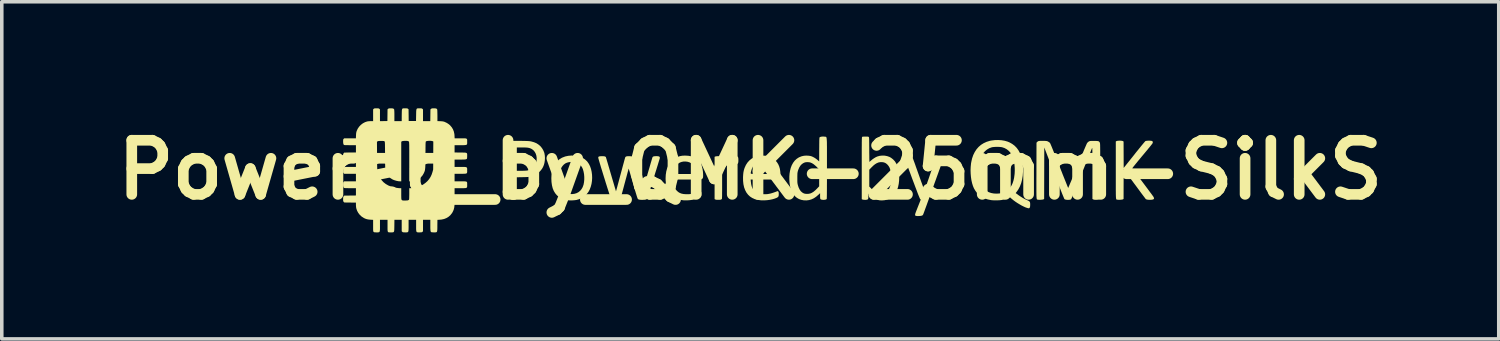
<source format=kicad_pcb>
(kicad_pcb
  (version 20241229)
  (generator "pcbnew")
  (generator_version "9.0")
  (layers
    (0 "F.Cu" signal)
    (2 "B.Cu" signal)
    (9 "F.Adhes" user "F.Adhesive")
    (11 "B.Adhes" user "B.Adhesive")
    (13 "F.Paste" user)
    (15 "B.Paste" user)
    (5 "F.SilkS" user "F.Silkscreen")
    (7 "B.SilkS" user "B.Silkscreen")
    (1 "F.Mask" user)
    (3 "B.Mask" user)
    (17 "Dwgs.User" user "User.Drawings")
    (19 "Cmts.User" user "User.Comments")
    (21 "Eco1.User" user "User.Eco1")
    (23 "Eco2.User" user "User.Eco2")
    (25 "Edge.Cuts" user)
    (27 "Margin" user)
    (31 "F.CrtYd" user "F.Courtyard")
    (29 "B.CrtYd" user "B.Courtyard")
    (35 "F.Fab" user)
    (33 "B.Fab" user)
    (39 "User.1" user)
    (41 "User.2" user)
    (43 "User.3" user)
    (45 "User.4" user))
  (footprint "Powered_by_QMK-25mm-SilkS"
    (layer "F.Cu")
    (at 18.078 1.734)
    (property "Reference" "Powered_by_QMK-25mm-SilkS" (at 0 0 0) (layer "F.SilkS") (effects (font (size 1.524 1.524) (thickness 0.3))))
    (attr board_only exclude_from_pos_files exclude_from_bom)
    (fp_poly (pts (xy -0.463 -0.401) (xy -0.402 -0.39) (xy -0.398 -0.388) (xy -0.373 -0.381) (xy -0.356 -0.371) (xy -0.345 -0.358) (xy -0.339 -0.338) (xy -0.336 -0.31) (xy -0.335 -0.277) (xy -0.336 -0.235) (xy -0.34 -0.204) (xy -0.346 -0.184) (xy -0.355 -0.173) (xy -0.358 -0.171) (xy -0.368 -0.172) (xy -0.387 -0.175) (xy -0.411 -0.181) (xy -0.42 -0.184) (xy -0.477 -0.197) (xy -0.526 -0.2) (xy -0.569 -0.192) (xy -0.591 -0.183) (xy -0.617 -0.167) (xy -0.647 -0.141) (xy -0.679 -0.108) (xy -0.712 -0.071) (xy -0.742 -0.031) (xy -0.756 -0.012) (xy -0.793 0.044) (xy -0.793 0.425) (xy -0.793 0.514) (xy -0.793 0.591) (xy -0.794 0.658) (xy -0.794 0.714) (xy -0.795 0.759) (xy -0.797 0.791) (xy -0.798 0.811) (xy -0.799 0.819) (xy -0.81 0.828) (xy -0.826 0.836) (xy -0.83 0.838) (xy -0.849 0.841) (xy -0.876 0.843) (xy -0.906 0.843) (xy -0.935 0.843) (xy -0.958 0.841) (xy -0.964 0.84) (xy -0.98 0.835) (xy -0.991 0.83) (xy -1.005 0.823) (xy -1.005 -0.367) (xy -0.991 -0.375) (xy -0.973 -0.38) (xy -0.947 -0.384) (xy -0.916 -0.386) (xy -0.885 -0.385) (xy -0.859 -0.382) (xy -0.843 -0.378) (xy -0.819 -0.368) (xy -0.817 -0.276) (xy -0.815 -0.185) (xy -0.768 -0.244) (xy -0.719 -0.299) (xy -0.671 -0.343) (xy -0.623 -0.374) (xy -0.573 -0.394) (xy -0.52 -0.403)) (stroke (width 0) (type solid)) (fill yes) (layer "F.SilkS"))
    (fp_poly (pts (xy -4.947 -0.4) (xy -4.861 -0.387) (xy -4.784 -0.366) (xy -4.716 -0.335) (xy -4.656 -0.296) (xy -4.603 -0.247) (xy -4.586 -0.228) (xy -4.545 -0.168) (xy -4.511 -0.1) (xy -4.485 -0.025) (xy -4.467 0.055) (xy -4.456 0.139) (xy -4.453 0.225) (xy -4.458 0.31) (xy -4.471 0.394) (xy -4.492 0.474) (xy -4.52 0.549) (xy -4.556 0.617) (xy -4.572 0.64) (xy -4.622 0.7) (xy -4.681 0.751) (xy -4.748 0.794) (xy -4.82 0.826) (xy -4.895 0.847) (xy -4.948 0.854) (xy -4.988 0.857) (xy -5.017 0.859) (xy -5.042 0.86) (xy -5.063 0.86) (xy -5.086 0.859) (xy -5.111 0.857) (xy -5.176 0.849) (xy -5.234 0.836) (xy -5.29 0.816) (xy -5.32 0.802) (xy -5.387 0.764) (xy -5.445 0.716) (xy -5.493 0.659) (xy -5.533 0.593) (xy -5.564 0.518) (xy -5.585 0.433) (xy -5.598 0.34) (xy -5.602 0.242) (xy -5.602 0.232) (xy -5.379 0.232) (xy -5.378 0.283) (xy -5.376 0.332) (xy -5.372 0.374) (xy -5.366 0.403) (xy -5.345 0.473) (xy -5.316 0.533) (xy -5.278 0.583) (xy -5.233 0.623) (xy -5.181 0.653) (xy -5.122 0.672) (xy -5.098 0.676) (xy -5.052 0.681) (xy -5.01 0.681) (xy -4.964 0.675) (xy -4.955 0.674) (xy -4.895 0.657) (xy -4.84 0.629) (xy -4.792 0.59) (xy -4.752 0.542) (xy -4.72 0.486) (xy -4.697 0.421) (xy -4.695 0.416) (xy -4.682 0.346) (xy -4.675 0.272) (xy -4.675 0.196) (xy -4.681 0.121) (xy -4.694 0.051) (xy -4.712 -0.014) (xy -4.731 -0.06) (xy -4.764 -0.111) (xy -4.806 -0.154) (xy -4.856 -0.187) (xy -4.912 -0.21) (xy -4.935 -0.216) (xy -4.992 -0.224) (xy -5.051 -0.224) (xy -5.109 -0.217) (xy -5.162 -0.203) (xy -5.207 -0.183) (xy -5.207 -0.183) (xy -5.251 -0.15) (xy -5.29 -0.107) (xy -5.324 -0.054) (xy -5.35 0.006) (xy -5.366 0.058) (xy -5.372 0.09) (xy -5.376 0.132) (xy -5.379 0.18) (xy -5.379 0.232) (xy -5.602 0.232) (xy -5.598 0.139) (xy -5.584 0.045) (xy -5.56 -0.041) (xy -5.527 -0.118) (xy -5.485 -0.187) (xy -5.434 -0.248) (xy -5.374 -0.299) (xy -5.305 -0.341) (xy -5.289 -0.348) (xy -5.211 -0.378) (xy -5.127 -0.396) (xy -5.038 -0.404)) (stroke (width 0) (type solid)) (fill yes) (layer "F.SilkS"))
    (fp_poly (pts (xy 10.448 -0.821) (xy 10.475 -0.817) (xy 10.493 -0.811) (xy 10.494 -0.81) (xy 10.512 -0.799) (xy 10.515 -0.055) (xy 10.812 -0.427) (xy 10.864 -0.494) (xy 10.914 -0.555) (xy 10.96 -0.612) (xy 11.001 -0.663) (xy 11.038 -0.708) (xy 11.069 -0.745) (xy 11.094 -0.775) (xy 11.113 -0.796) (xy 11.124 -0.808) (xy 11.127 -0.811) (xy 11.145 -0.816) (xy 11.171 -0.82) (xy 11.203 -0.822) (xy 11.237 -0.823) (xy 11.269 -0.821) (xy 11.296 -0.818) (xy 11.316 -0.812) (xy 11.319 -0.81) (xy 11.333 -0.795) (xy 11.336 -0.775) (xy 11.328 -0.75) (xy 11.318 -0.734) (xy 11.311 -0.725) (xy 11.296 -0.706) (xy 11.275 -0.679) (xy 11.247 -0.645) (xy 11.214 -0.605) (xy 11.177 -0.559) (xy 11.135 -0.509) (xy 11.091 -0.456) (xy 11.044 -0.4) (xy 11.025 -0.378) (xy 10.968 -0.308) (xy 10.916 -0.246) (xy 10.872 -0.192) (xy 10.834 -0.145) (xy 10.803 -0.107) (xy 10.78 -0.077) (xy 10.764 -0.056) (xy 10.757 -0.045) (xy 10.756 -0.042) (xy 10.768 -0.027) (xy 10.787 -0.002) (xy 10.811 0.03) (xy 10.84 0.068) (xy 10.873 0.112) (xy 10.909 0.16) (xy 10.948 0.212) (xy 10.989 0.267) (xy 11.031 0.323) (xy 11.073 0.379) (xy 11.115 0.435) (xy 11.156 0.49) (xy 11.194 0.541) (xy 11.23 0.59) (xy 11.263 0.634) (xy 11.292 0.672) (xy 11.315 0.704) (xy 11.333 0.729) (xy 11.345 0.745) (xy 11.349 0.751) (xy 11.364 0.779) (xy 11.37 0.802) (xy 11.364 0.818) (xy 11.348 0.831) (xy 11.32 0.838) (xy 11.28 0.843) (xy 11.277 0.843) (xy 11.234 0.843) (xy 11.196 0.84) (xy 11.164 0.834) (xy 11.142 0.825) (xy 11.136 0.821) (xy 11.131 0.815) (xy 11.119 0.798) (xy 11.1 0.773) (xy 11.075 0.74) (xy 11.045 0.7) (xy 11.01 0.654) (xy 10.972 0.602) (xy 10.93 0.545) (xy 10.885 0.484) (xy 10.838 0.42) (xy 10.82 0.397) (xy 10.515 -0.018) (xy 10.513 0.4) (xy 10.512 0.818) (xy 10.495 0.829) (xy 10.481 0.834) (xy 10.457 0.838) (xy 10.428 0.841) (xy 10.396 0.843) (xy 10.366 0.842) (xy 10.341 0.84) (xy 10.333 0.838) (xy 10.327 0.837) (xy 10.322 0.837) (xy 10.317 0.836) (xy 10.313 0.834) (xy 10.309 0.831) (xy 10.306 0.825) (xy 10.303 0.817) (xy 10.301 0.805) (xy 10.299 0.789) (xy 10.297 0.768) (xy 10.296 0.742) (xy 10.295 0.71) (xy 10.294 0.67) (xy 10.294 0.623) (xy 10.293 0.569) (xy 10.293 0.505) (xy 10.293 0.432) (xy 10.293 0.348) (xy 10.293 0.254) (xy 10.293 0.149) (xy 10.293 0.031) (xy 10.293 -0.799) (xy 10.31 -0.81) (xy 10.327 -0.816) (xy 10.352 -0.82) (xy 10.384 -0.822) (xy 10.417 -0.823)) (stroke (width 0) (type solid)) (fill yes) (layer "F.SilkS"))
    (fp_poly (pts (xy -1.75 -0.398) (xy -1.679 -0.386) (xy -1.615 -0.365) (xy -1.557 -0.336) (xy -1.503 -0.296) (xy -1.472 -0.268) (xy -1.428 -0.217) (xy -1.393 -0.162) (xy -1.366 -0.102) (xy -1.346 -0.034) (xy -1.334 0.043) (xy -1.329 0.111) (xy -1.328 0.155) (xy -1.329 0.188) (xy -1.331 0.212) (xy -1.337 0.23) (xy -1.345 0.243) (xy -1.357 0.254) (xy -1.363 0.258) (xy -1.368 0.26) (xy -1.373 0.263) (xy -1.38 0.265) (xy -1.39 0.266) (xy -1.403 0.267) (xy -1.422 0.268) (xy -1.445 0.269) (xy -1.476 0.27) (xy -1.514 0.27) (xy -1.562 0.27) (xy -1.618 0.271) (xy -1.686 0.271) (xy -1.765 0.271) (xy -2.167 0.271) (xy -2.163 0.325) (xy -2.154 0.399) (xy -2.14 0.462) (xy -2.119 0.515) (xy -2.091 0.561) (xy -2.063 0.593) (xy -2.024 0.626) (xy -1.982 0.651) (xy -1.934 0.669) (xy -1.878 0.68) (xy -1.813 0.685) (xy -1.785 0.685) (xy -1.739 0.685) (xy -1.698 0.682) (xy -1.658 0.676) (xy -1.617 0.668) (xy -1.573 0.656) (xy -1.523 0.64) (xy -1.465 0.619) (xy -1.445 0.611) (xy -1.405 0.596) (xy -1.391 0.611) (xy -1.383 0.62) (xy -1.379 0.632) (xy -1.377 0.649) (xy -1.376 0.675) (xy -1.377 0.711) (xy -1.382 0.737) (xy -1.392 0.757) (xy -1.408 0.772) (xy -1.433 0.786) (xy -1.435 0.787) (xy -1.491 0.809) (xy -1.557 0.828) (xy -1.629 0.843) (xy -1.705 0.853) (xy -1.782 0.858) (xy -1.856 0.858) (xy -1.885 0.856) (xy -1.973 0.844) (xy -2.052 0.822) (xy -2.123 0.791) (xy -2.186 0.749) (xy -2.241 0.698) (xy -2.287 0.637) (xy -2.324 0.568) (xy -2.353 0.489) (xy -2.372 0.401) (xy -2.383 0.305) (xy -2.385 0.238) (xy -2.38 0.137) (xy -2.373 0.094) (xy -2.166 0.094) (xy -2.163 0.101) (xy -2.156 0.107) (xy -2.143 0.111) (xy -2.124 0.114) (xy -2.098 0.115) (xy -2.064 0.116) (xy -2.02 0.116) (xy -1.967 0.116) (xy -1.902 0.116) (xy -1.853 0.116) (xy -1.54 0.116) (xy -1.54 0.084) (xy -1.545 0.027) (xy -1.558 -0.03) (xy -1.579 -0.084) (xy -1.606 -0.13) (xy -1.627 -0.157) (xy -1.667 -0.189) (xy -1.714 -0.213) (xy -1.767 -0.229) (xy -1.823 -0.236) (xy -1.88 -0.235) (xy -1.936 -0.224) (xy -1.983 -0.206) (xy -2.03 -0.176) (xy -2.071 -0.136) (xy -2.107 -0.087) (xy -2.135 -0.031) (xy -2.154 0.031) (xy -2.156 0.04) (xy -2.16 0.057) (xy -2.163 0.072) (xy -2.166 0.084) (xy -2.166 0.094) (xy -2.373 0.094) (xy -2.366 0.043) (xy -2.342 -0.043) (xy -2.31 -0.12) (xy -2.269 -0.19) (xy -2.22 -0.25) (xy -2.162 -0.301) (xy -2.096 -0.342) (xy -2.023 -0.374) (xy -1.975 -0.388) (xy -1.944 -0.394) (xy -1.914 -0.399) (xy -1.88 -0.401) (xy -1.838 -0.402) (xy -1.83 -0.402)) (stroke (width 0) (type solid)) (fill yes) (layer "F.SilkS"))
    (fp_poly (pts (xy 0.429 -0.398) (xy 0.5 -0.386) (xy 0.564 -0.365) (xy 0.622 -0.336) (xy 0.676 -0.296) (xy 0.706 -0.268) (xy 0.751 -0.216) (xy 0.787 -0.159) (xy 0.814 -0.097) (xy 0.834 -0.027) (xy 0.845 0.051) (xy 0.849 0.107) (xy 0.85 0.152) (xy 0.849 0.187) (xy 0.846 0.213) (xy 0.84 0.231) (xy 0.831 0.245) (xy 0.818 0.256) (xy 0.816 0.258) (xy 0.811 0.26) (xy 0.806 0.263) (xy 0.799 0.265) (xy 0.789 0.266) (xy 0.776 0.267) (xy 0.758 0.268) (xy 0.735 0.269) (xy 0.705 0.27) (xy 0.667 0.27) (xy 0.621 0.27) (xy 0.565 0.271) (xy 0.498 0.271) (xy 0.42 0.271) (xy 0.011 0.271) (xy 0.015 0.325) (xy 0.024 0.399) (xy 0.039 0.462) (xy 0.06 0.515) (xy 0.088 0.561) (xy 0.115 0.593) (xy 0.154 0.626) (xy 0.197 0.651) (xy 0.245 0.669) (xy 0.3 0.68) (xy 0.365 0.685) (xy 0.393 0.685) (xy 0.439 0.685) (xy 0.481 0.682) (xy 0.52 0.676) (xy 0.561 0.668) (xy 0.605 0.656) (xy 0.655 0.64) (xy 0.714 0.619) (xy 0.733 0.611) (xy 0.773 0.596) (xy 0.787 0.61) (xy 0.795 0.62) (xy 0.799 0.632) (xy 0.801 0.65) (xy 0.802 0.675) (xy 0.801 0.711) (xy 0.797 0.737) (xy 0.787 0.756) (xy 0.771 0.771) (xy 0.747 0.785) (xy 0.743 0.787) (xy 0.687 0.809) (xy 0.622 0.828) (xy 0.55 0.843) (xy 0.474 0.853) (xy 0.397 0.858) (xy 0.322 0.858) (xy 0.293 0.856) (xy 0.206 0.844) (xy 0.126 0.823) (xy 0.055 0.791) (xy -0.008 0.75) (xy -0.062 0.699) (xy -0.108 0.639) (xy -0.145 0.569) (xy -0.174 0.491) (xy -0.193 0.404) (xy -0.203 0.308) (xy -0.204 0.204) (xy -0.204 0.2) (xy -0.2 0.133) (xy -0.196 0.094) (xy 0.012 0.094) (xy 0.015 0.101) (xy 0.023 0.107) (xy 0.035 0.111) (xy 0.054 0.114) (xy 0.08 0.115) (xy 0.115 0.116) (xy 0.158 0.116) (xy 0.212 0.116) (xy 0.277 0.116) (xy 0.325 0.116) (xy 0.638 0.116) (xy 0.638 0.084) (xy 0.633 0.027) (xy 0.62 -0.03) (xy 0.6 -0.083) (xy 0.573 -0.13) (xy 0.55 -0.158) (xy 0.509 -0.19) (xy 0.46 -0.215) (xy 0.406 -0.23) (xy 0.349 -0.237) (xy 0.291 -0.234) (xy 0.235 -0.222) (xy 0.194 -0.206) (xy 0.148 -0.176) (xy 0.106 -0.136) (xy 0.071 -0.087) (xy 0.044 -0.031) (xy 0.025 0.031) (xy 0.023 0.04) (xy 0.019 0.057) (xy 0.015 0.072) (xy 0.013 0.084) (xy 0.012 0.094) (xy -0.196 0.094) (xy -0.194 0.075) (xy -0.184 0.023) (xy -0.17 -0.027) (xy -0.158 -0.061) (xy -0.123 -0.138) (xy -0.079 -0.206) (xy -0.026 -0.265) (xy 0.035 -0.314) (xy 0.104 -0.353) (xy 0.18 -0.382) (xy 0.203 -0.388) (xy 0.234 -0.394) (xy 0.265 -0.399) (xy 0.299 -0.401) (xy 0.341 -0.402) (xy 0.348 -0.402)) (stroke (width 0) (type solid)) (fill yes) (layer "F.SilkS"))
    (fp_poly (pts (xy -6.601 -0.818) (xy -6.552 -0.818) (xy -6.492 -0.817) (xy -6.473 -0.817) (xy -6.409 -0.816) (xy -6.356 -0.815) (xy -6.313 -0.814) (xy -6.279 -0.813) (xy -6.25 -0.811) (xy -6.227 -0.81) (xy -6.208 -0.807) (xy -6.19 -0.805) (xy -6.172 -0.801) (xy -6.165 -0.8) (xy -6.091 -0.779) (xy -6.025 -0.752) (xy -5.968 -0.716) (xy -5.916 -0.672) (xy -5.902 -0.658) (xy -5.864 -0.61) (xy -5.831 -0.555) (xy -5.806 -0.497) (xy -5.797 -0.467) (xy -5.786 -0.404) (xy -5.782 -0.335) (xy -5.786 -0.264) (xy -5.797 -0.194) (xy -5.813 -0.137) (xy -5.836 -0.081) (xy -5.864 -0.032) (xy -5.9 0.015) (xy -5.917 0.034) (xy -5.967 0.082) (xy -6.023 0.121) (xy -6.085 0.153) (xy -6.157 0.179) (xy -6.181 0.185) (xy -6.201 0.19) (xy -6.219 0.194) (xy -6.239 0.197) (xy -6.261 0.2) (xy -6.287 0.201) (xy -6.321 0.203) (xy -6.364 0.204) (xy -6.408 0.205) (xy -6.574 0.208) (xy -6.574 0.506) (xy -6.574 0.578) (xy -6.574 0.639) (xy -6.574 0.689) (xy -6.575 0.73) (xy -6.576 0.761) (xy -6.578 0.786) (xy -6.581 0.804) (xy -6.585 0.816) (xy -6.59 0.825) (xy -6.596 0.83) (xy -6.604 0.834) (xy -6.614 0.836) (xy -6.622 0.838) (xy -6.649 0.842) (xy -6.683 0.843) (xy -6.718 0.842) (xy -6.749 0.839) (xy -6.763 0.837) (xy -6.78 0.829) (xy -6.792 0.82) (xy -6.793 0.818) (xy -6.794 0.81) (xy -6.795 0.788) (xy -6.796 0.754) (xy -6.797 0.708) (xy -6.797 0.65) (xy -6.798 0.579) (xy -6.798 0.496) (xy -6.798 0.402) (xy -6.798 0.296) (xy -6.798 0.178) (xy -6.798 0.049) (xy -6.798 0.026) (xy -6.574 0.026) (xy -6.45 0.026) (xy -6.398 0.025) (xy -6.35 0.023) (xy -6.311 0.021) (xy -6.281 0.017) (xy -6.276 0.017) (xy -6.215 -0.001) (xy -6.161 -0.028) (xy -6.113 -0.065) (xy -6.074 -0.111) (xy -6.044 -0.165) (xy -6.029 -0.208) (xy -6.017 -0.273) (xy -6.015 -0.337) (xy -6.023 -0.397) (xy -6.04 -0.453) (xy -6.067 -0.504) (xy -6.101 -0.547) (xy -6.144 -0.581) (xy -6.17 -0.596) (xy -6.195 -0.607) (xy -6.218 -0.615) (xy -6.244 -0.621) (xy -6.272 -0.626) (xy -6.306 -0.629) (xy -6.348 -0.631) (xy -6.4 -0.632) (xy -6.433 -0.632) (xy -6.574 -0.632) (xy -6.574 0.026) (xy -6.798 0.026) (xy -6.798 0.021) (xy -6.798 -0.098) (xy -6.798 -0.205) (xy -6.797 -0.3) (xy -6.797 -0.385) (xy -6.797 -0.459) (xy -6.796 -0.524) (xy -6.796 -0.58) (xy -6.795 -0.628) (xy -6.794 -0.668) (xy -6.793 -0.702) (xy -6.791 -0.729) (xy -6.789 -0.75) (xy -6.787 -0.767) (xy -6.784 -0.78) (xy -6.78 -0.789) (xy -6.776 -0.796) (xy -6.771 -0.8) (xy -6.766 -0.803) (xy -6.76 -0.805) (xy -6.754 -0.806) (xy -6.746 -0.809) (xy -6.745 -0.809) (xy -6.736 -0.812) (xy -6.726 -0.814) (xy -6.713 -0.816) (xy -6.695 -0.817) (xy -6.671 -0.818) (xy -6.641 -0.818)) (stroke (width 0) (type solid)) (fill yes) (layer "F.SilkS"))
    (fp_poly (pts (xy 5.351 -0.386) (xy 5.382 -0.384) (xy 5.407 -0.38) (xy 5.414 -0.378) (xy 5.42 -0.376) (xy 5.425 -0.374) (xy 5.429 -0.371) (xy 5.433 -0.367) (xy 5.435 -0.361) (xy 5.435 -0.352) (xy 5.434 -0.34) (xy 5.431 -0.324) (xy 5.426 -0.304) (xy 5.419 -0.278) (xy 5.41 -0.247) (xy 5.397 -0.21) (xy 5.383 -0.166) (xy 5.365 -0.115) (xy 5.344 -0.055) (xy 5.319 0.013) (xy 5.292 0.09) (xy 5.26 0.178) (xy 5.225 0.276) (xy 5.185 0.385) (xy 5.158 0.461) (xy 5.123 0.557) (xy 5.09 0.65) (xy 5.057 0.738) (xy 5.027 0.823) (xy 4.998 0.902) (xy 4.972 0.975) (xy 4.948 1.041) (xy 4.926 1.1) (xy 4.908 1.15) (xy 4.893 1.191) (xy 4.881 1.222) (xy 4.874 1.243) (xy 4.87 1.252) (xy 4.87 1.252) (xy 4.857 1.274) (xy 4.836 1.287) (xy 4.815 1.292) (xy 4.787 1.297) (xy 4.753 1.299) (xy 4.72 1.3) (xy 4.69 1.299) (xy 4.669 1.295) (xy 4.668 1.295) (xy 4.657 1.291) (xy 4.648 1.287) (xy 4.643 1.281) (xy 4.64 1.272) (xy 4.641 1.259) (xy 4.645 1.241) (xy 4.652 1.216) (xy 4.664 1.183) (xy 4.68 1.142) (xy 4.7 1.091) (xy 4.717 1.048) (xy 4.801 0.836) (xy 4.785 0.823) (xy 4.781 0.817) (xy 4.775 0.804) (xy 4.766 0.784) (xy 4.754 0.755) (xy 4.739 0.719) (xy 4.721 0.674) (xy 4.7 0.619) (xy 4.676 0.554) (xy 4.647 0.479) (xy 4.615 0.393) (xy 4.578 0.296) (xy 4.559 0.245) (xy 4.529 0.163) (xy 4.5 0.084) (xy 4.472 0.009) (xy 4.446 -0.06) (xy 4.423 -0.124) (xy 4.402 -0.182) (xy 4.384 -0.232) (xy 4.369 -0.273) (xy 4.357 -0.305) (xy 4.35 -0.328) (xy 4.346 -0.339) (xy 4.346 -0.339) (xy 4.346 -0.356) (xy 4.354 -0.368) (xy 4.371 -0.377) (xy 4.398 -0.382) (xy 4.436 -0.385) (xy 4.443 -0.385) (xy 4.487 -0.386) (xy 4.52 -0.382) (xy 4.544 -0.375) (xy 4.56 -0.364) (xy 4.569 -0.35) (xy 4.573 -0.341) (xy 4.581 -0.32) (xy 4.592 -0.289) (xy 4.606 -0.25) (xy 4.624 -0.202) (xy 4.644 -0.147) (xy 4.665 -0.085) (xy 4.689 -0.019) (xy 4.714 0.052) (xy 4.74 0.125) (xy 4.766 0.198) (xy 4.791 0.268) (xy 4.814 0.333) (xy 4.836 0.392) (xy 4.855 0.445) (xy 4.871 0.491) (xy 4.885 0.528) (xy 4.896 0.556) (xy 4.902 0.573) (xy 4.905 0.58) (xy 4.905 0.58) (xy 4.908 0.574) (xy 4.914 0.557) (xy 4.924 0.529) (xy 4.937 0.492) (xy 4.953 0.447) (xy 4.972 0.394) (xy 4.992 0.335) (xy 5.015 0.27) (xy 5.039 0.2) (xy 5.064 0.127) (xy 5.066 0.121) (xy 5.091 0.047) (xy 5.115 -0.024) (xy 5.138 -0.091) (xy 5.159 -0.152) (xy 5.179 -0.208) (xy 5.195 -0.256) (xy 5.209 -0.295) (xy 5.22 -0.326) (xy 5.227 -0.346) (xy 5.231 -0.356) (xy 5.231 -0.356) (xy 5.247 -0.372) (xy 5.264 -0.38) (xy 5.287 -0.384) (xy 5.318 -0.386)) (stroke (width 0) (type solid)) (fill yes) (layer "F.SilkS"))
    (fp_poly (pts (xy 3.278 -0.938) (xy 3.302 -0.937) (xy 3.318 -0.935) (xy 3.329 -0.932) (xy 3.336 -0.927) (xy 3.337 -0.926) (xy 3.339 -0.923) (xy 3.341 -0.918) (xy 3.343 -0.911) (xy 3.345 -0.899) (xy 3.346 -0.883) (xy 3.347 -0.861) (xy 3.348 -0.833) (xy 3.348 -0.796) (xy 3.349 -0.75) (xy 3.349 -0.694) (xy 3.35 -0.628) (xy 3.35 -0.57) (xy 3.35 -0.505) (xy 3.351 -0.444) (xy 3.352 -0.388) (xy 3.352 -0.338) (xy 3.353 -0.296) (xy 3.354 -0.263) (xy 3.354 -0.239) (xy 3.355 -0.227) (xy 3.356 -0.226) (xy 3.362 -0.23) (xy 3.375 -0.241) (xy 3.392 -0.256) (xy 3.4 -0.263) (xy 3.44 -0.297) (xy 3.485 -0.328) (xy 3.531 -0.356) (xy 3.575 -0.376) (xy 3.58 -0.378) (xy 3.646 -0.396) (xy 3.716 -0.403) (xy 3.786 -0.401) (xy 3.854 -0.388) (xy 3.918 -0.366) (xy 3.965 -0.34) (xy 4.022 -0.295) (xy 4.072 -0.241) (xy 4.113 -0.176) (xy 4.137 -0.124) (xy 4.162 -0.051) (xy 4.179 0.031) (xy 4.19 0.118) (xy 4.194 0.209) (xy 4.191 0.3) (xy 4.181 0.389) (xy 4.164 0.473) (xy 4.153 0.51) (xy 4.123 0.59) (xy 4.084 0.659) (xy 4.037 0.719) (xy 3.983 0.769) (xy 3.922 0.808) (xy 3.855 0.837) (xy 3.782 0.854) (xy 3.704 0.86) (xy 3.645 0.857) (xy 3.585 0.845) (xy 3.525 0.822) (xy 3.465 0.788) (xy 3.404 0.741) (xy 3.374 0.715) (xy 3.326 0.669) (xy 3.326 0.741) (xy 3.325 0.777) (xy 3.322 0.803) (xy 3.316 0.821) (xy 3.306 0.831) (xy 3.29 0.838) (xy 3.271 0.841) (xy 3.243 0.844) (xy 3.213 0.843) (xy 3.184 0.84) (xy 3.161 0.835) (xy 3.153 0.832) (xy 3.139 0.825) (xy 3.139 0.47) (xy 3.351 0.47) (xy 3.414 0.533) (xy 3.464 0.58) (xy 3.508 0.616) (xy 3.55 0.643) (xy 3.591 0.661) (xy 3.633 0.672) (xy 3.676 0.675) (xy 3.694 0.675) (xy 3.73 0.672) (xy 3.758 0.666) (xy 3.784 0.656) (xy 3.786 0.655) (xy 3.831 0.628) (xy 3.871 0.589) (xy 3.905 0.539) (xy 3.932 0.48) (xy 3.953 0.411) (xy 3.968 0.334) (xy 3.971 0.31) (xy 3.975 0.241) (xy 3.972 0.169) (xy 3.965 0.098) (xy 3.952 0.03) (xy 3.934 -0.031) (xy 3.919 -0.069) (xy 3.895 -0.109) (xy 3.864 -0.147) (xy 3.829 -0.178) (xy 3.797 -0.198) (xy 3.757 -0.212) (xy 3.71 -0.219) (xy 3.661 -0.218) (xy 3.614 -0.21) (xy 3.603 -0.206) (xy 3.556 -0.186) (xy 3.51 -0.157) (xy 3.461 -0.117) (xy 3.413 -0.07) (xy 3.351 -0.005) (xy 3.351 0.47) (xy 3.139 0.47) (xy 3.139 -0.048) (xy 3.139 -0.172) (xy 3.139 -0.284) (xy 3.139 -0.384) (xy 3.139 -0.473) (xy 3.139 -0.552) (xy 3.139 -0.621) (xy 3.14 -0.681) (xy 3.14 -0.733) (xy 3.14 -0.777) (xy 3.141 -0.814) (xy 3.141 -0.844) (xy 3.142 -0.869) (xy 3.143 -0.888) (xy 3.144 -0.903) (xy 3.145 -0.913) (xy 3.146 -0.921) (xy 3.147 -0.925) (xy 3.149 -0.928) (xy 3.149 -0.929) (xy 3.159 -0.933) (xy 3.175 -0.936) (xy 3.202 -0.937) (xy 3.239 -0.938) (xy 3.243 -0.938)) (stroke (width 0) (type solid)) (fill yes) (layer "F.SilkS"))
    (fp_poly (pts (xy 2.089 -0.936) (xy 2.093 -0.936) (xy 2.102 -0.935) (xy 2.111 -0.934) (xy 2.118 -0.934) (xy 2.125 -0.933) (xy 2.131 -0.931) (xy 2.136 -0.928) (xy 2.141 -0.922) (xy 2.145 -0.912) (xy 2.148 -0.899) (xy 2.151 -0.882) (xy 2.153 -0.86) (xy 2.155 -0.832) (xy 2.157 -0.798) (xy 2.158 -0.756) (xy 2.158 -0.708) (xy 2.159 -0.651) (xy 2.159 -0.586) (xy 2.159 -0.511) (xy 2.159 -0.425) (xy 2.159 -0.33) (xy 2.159 -0.223) (xy 2.159 -0.104) (xy 2.159 -0.047) (xy 2.159 0.093) (xy 2.159 0.221) (xy 2.159 0.337) (xy 2.158 0.441) (xy 2.158 0.532) (xy 2.157 0.611) (xy 2.157 0.677) (xy 2.156 0.731) (xy 2.155 0.772) (xy 2.154 0.8) (xy 2.153 0.816) (xy 2.153 0.819) (xy 2.14 0.83) (xy 2.118 0.838) (xy 2.09 0.843) (xy 2.059 0.844) (xy 2.029 0.842) (xy 2.002 0.837) (xy 1.981 0.828) (xy 1.972 0.819) (xy 1.97 0.808) (xy 1.968 0.787) (xy 1.966 0.759) (xy 1.966 0.731) (xy 1.966 0.656) (xy 1.918 0.701) (xy 1.854 0.756) (xy 1.79 0.799) (xy 1.724 0.83) (xy 1.656 0.85) (xy 1.585 0.859) (xy 1.509 0.857) (xy 1.508 0.857) (xy 1.436 0.844) (xy 1.37 0.82) (xy 1.31 0.785) (xy 1.255 0.739) (xy 1.208 0.682) (xy 1.181 0.638) (xy 1.154 0.58) (xy 1.132 0.513) (xy 1.116 0.438) (xy 1.105 0.358) (xy 1.1 0.274) (xy 1.1 0.229) (xy 1.325 0.229) (xy 1.325 0.277) (xy 1.325 0.315) (xy 1.326 0.345) (xy 1.328 0.369) (xy 1.331 0.389) (xy 1.335 0.408) (xy 1.339 0.426) (xy 1.361 0.494) (xy 1.389 0.552) (xy 1.422 0.6) (xy 1.462 0.636) (xy 1.507 0.662) (xy 1.523 0.667) (xy 1.557 0.674) (xy 1.599 0.676) (xy 1.642 0.674) (xy 1.681 0.666) (xy 1.69 0.664) (xy 1.736 0.644) (xy 1.785 0.613) (xy 1.837 0.569) (xy 1.881 0.525) (xy 1.94 0.463) (xy 1.94 -0.013) (xy 1.874 -0.08) (xy 1.825 -0.126) (xy 1.781 -0.162) (xy 1.739 -0.188) (xy 1.698 -0.206) (xy 1.656 -0.216) (xy 1.611 -0.218) (xy 1.598 -0.218) (xy 1.566 -0.216) (xy 1.542 -0.211) (xy 1.519 -0.203) (xy 1.5 -0.194) (xy 1.455 -0.165) (xy 1.415 -0.124) (xy 1.381 -0.072) (xy 1.354 -0.01) (xy 1.339 0.035) (xy 1.335 0.054) (xy 1.331 0.072) (xy 1.328 0.092) (xy 1.327 0.115) (xy 1.326 0.145) (xy 1.325 0.183) (xy 1.325 0.229) (xy 1.1 0.229) (xy 1.1 0.19) (xy 1.106 0.106) (xy 1.119 0.027) (xy 1.137 -0.048) (xy 1.139 -0.055) (xy 1.169 -0.133) (xy 1.208 -0.203) (xy 1.254 -0.263) (xy 1.308 -0.312) (xy 1.369 -0.352) (xy 1.437 -0.38) (xy 1.461 -0.387) (xy 1.514 -0.398) (xy 1.572 -0.402) (xy 1.631 -0.4) (xy 1.685 -0.393) (xy 1.718 -0.385) (xy 1.767 -0.364) (xy 1.819 -0.335) (xy 1.871 -0.298) (xy 1.903 -0.271) (xy 1.94 -0.238) (xy 1.941 -0.573) (xy 1.942 -0.648) (xy 1.942 -0.712) (xy 1.943 -0.764) (xy 1.943 -0.807) (xy 1.944 -0.841) (xy 1.945 -0.867) (xy 1.946 -0.887) (xy 1.948 -0.901) (xy 1.949 -0.91) (xy 1.951 -0.916) (xy 1.953 -0.918) (xy 1.969 -0.927) (xy 1.994 -0.934) (xy 2.024 -0.938) (xy 2.057 -0.939)) (stroke (width 0) (type solid)) (fill yes) (layer "F.SilkS"))
    (fp_poly (pts (xy 7.075 -0.835) (xy 7.164 -0.82) (xy 7.247 -0.796) (xy 7.299 -0.774) (xy 7.376 -0.731) (xy 7.445 -0.679) (xy 7.504 -0.618) (xy 7.555 -0.547) (xy 7.597 -0.467) (xy 7.631 -0.378) (xy 7.656 -0.279) (xy 7.673 -0.17) (xy 7.68 -0.064) (xy 7.68 0.055) (xy 7.672 0.168) (xy 7.654 0.275) (xy 7.628 0.374) (xy 7.593 0.465) (xy 7.55 0.547) (xy 7.514 0.6) (xy 7.474 0.653) (xy 7.49 0.665) (xy 7.55 0.71) (xy 7.614 0.753) (xy 7.678 0.793) (xy 7.74 0.827) (xy 7.792 0.851) (xy 7.827 0.867) (xy 7.851 0.881) (xy 7.867 0.895) (xy 7.877 0.914) (xy 7.881 0.939) (xy 7.882 0.973) (xy 7.882 0.984) (xy 7.88 1.026) (xy 7.873 1.055) (xy 7.862 1.073) (xy 7.853 1.079) (xy 7.846 1.081) (xy 7.84 1.082) (xy 7.831 1.08) (xy 7.815 1.077) (xy 7.799 1.072) (xy 7.755 1.058) (xy 7.704 1.035) (xy 7.647 1.007) (xy 7.588 0.973) (xy 7.527 0.936) (xy 7.468 0.897) (xy 7.412 0.856) (xy 7.362 0.815) (xy 7.345 0.801) (xy 7.308 0.767) (xy 7.271 0.786) (xy 7.223 0.807) (xy 7.168 0.826) (xy 7.11 0.841) (xy 7.082 0.848) (xy 7.047 0.852) (xy 7.004 0.856) (xy 6.954 0.857) (xy 6.903 0.858) (xy 6.853 0.857) (xy 6.808 0.854) (xy 6.781 0.851) (xy 6.687 0.832) (xy 6.601 0.804) (xy 6.524 0.765) (xy 6.454 0.717) (xy 6.393 0.658) (xy 6.34 0.59) (xy 6.298 0.519) (xy 6.27 0.452) (xy 6.246 0.374) (xy 6.227 0.289) (xy 6.214 0.199) (xy 6.206 0.104) (xy 6.203 0.008) (xy 6.203 0.006) (xy 6.442 0.006) (xy 6.443 0.088) (xy 6.447 0.158) (xy 6.453 0.22) (xy 6.462 0.276) (xy 6.476 0.327) (xy 6.493 0.376) (xy 6.514 0.426) (xy 6.517 0.431) (xy 6.534 0.466) (xy 6.551 0.492) (xy 6.569 0.516) (xy 6.592 0.541) (xy 6.595 0.544) (xy 6.651 0.59) (xy 6.713 0.626) (xy 6.783 0.651) (xy 6.859 0.665) (xy 6.942 0.669) (xy 7.015 0.664) (xy 7.087 0.651) (xy 7.151 0.628) (xy 7.21 0.596) (xy 7.265 0.552) (xy 7.283 0.535) (xy 7.325 0.487) (xy 7.36 0.434) (xy 7.388 0.373) (xy 7.411 0.303) (xy 7.429 0.224) (xy 7.441 0.135) (xy 7.445 0.096) (xy 7.448 0.021) (xy 7.447 -0.057) (xy 7.441 -0.136) (xy 7.431 -0.212) (xy 7.417 -0.282) (xy 7.4 -0.343) (xy 7.4 -0.343) (xy 7.368 -0.417) (xy 7.328 -0.481) (xy 7.279 -0.535) (xy 7.223 -0.58) (xy 7.159 -0.615) (xy 7.096 -0.636) (xy 7.066 -0.642) (xy 7.027 -0.646) (xy 6.982 -0.648) (xy 6.934 -0.648) (xy 6.888 -0.647) (xy 6.846 -0.643) (xy 6.812 -0.639) (xy 6.8 -0.636) (xy 6.729 -0.61) (xy 6.666 -0.573) (xy 6.609 -0.526) (xy 6.56 -0.469) (xy 6.52 -0.403) (xy 6.487 -0.328) (xy 6.484 -0.319) (xy 6.471 -0.276) (xy 6.461 -0.236) (xy 6.453 -0.196) (xy 6.448 -0.153) (xy 6.444 -0.105) (xy 6.442 -0.048) (xy 6.442 0.006) (xy 6.203 0.006) (xy 6.207 -0.087) (xy 6.216 -0.179) (xy 6.223 -0.219) (xy 6.246 -0.323) (xy 6.279 -0.418) (xy 6.321 -0.503) (xy 6.371 -0.58) (xy 6.43 -0.647) (xy 6.497 -0.705) (xy 6.572 -0.752) (xy 6.655 -0.79) (xy 6.746 -0.818) (xy 6.793 -0.827) (xy 6.888 -0.839) (xy 6.982 -0.841)) (stroke (width 0) (type solid)) (fill yes) (layer "F.SilkS"))
    (fp_poly (pts (xy 8.247 -0.818) (xy 8.286 -0.817) (xy 8.315 -0.815) (xy 8.336 -0.814) (xy 8.352 -0.811) (xy 8.366 -0.807) (xy 8.379 -0.801) (xy 8.387 -0.797) (xy 8.417 -0.779) (xy 8.439 -0.758) (xy 8.442 -0.754) (xy 8.447 -0.745) (xy 8.456 -0.725) (xy 8.469 -0.694) (xy 8.486 -0.654) (xy 8.506 -0.605) (xy 8.529 -0.548) (xy 8.555 -0.484) (xy 8.583 -0.414) (xy 8.613 -0.339) (xy 8.645 -0.259) (xy 8.678 -0.176) (xy 8.704 -0.111) (xy 8.737 -0.025) (xy 8.77 0.056) (xy 8.8 0.134) (xy 8.829 0.206) (xy 8.856 0.273) (xy 8.88 0.332) (xy 8.901 0.385) (xy 8.919 0.429) (xy 8.933 0.465) (xy 8.944 0.49) (xy 8.95 0.505) (xy 8.952 0.509) (xy 8.955 0.503) (xy 8.963 0.486) (xy 8.974 0.459) (xy 8.99 0.422) (xy 9.009 0.376) (xy 9.032 0.323) (xy 9.057 0.262) (xy 9.085 0.195) (xy 9.116 0.122) (xy 9.148 0.044) (xy 9.182 -0.038) (xy 9.21 -0.108) (xy 9.246 -0.193) (xy 9.28 -0.275) (xy 9.312 -0.354) (xy 9.343 -0.428) (xy 9.372 -0.496) (xy 9.398 -0.559) (xy 9.422 -0.614) (xy 9.442 -0.661) (xy 9.459 -0.699) (xy 9.471 -0.728) (xy 9.48 -0.746) (xy 9.483 -0.752) (xy 9.5 -0.773) (xy 9.522 -0.792) (xy 9.531 -0.798) (xy 9.542 -0.804) (xy 9.552 -0.808) (xy 9.563 -0.812) (xy 9.578 -0.814) (xy 9.598 -0.815) (xy 9.627 -0.815) (xy 9.665 -0.815) (xy 9.678 -0.815) (xy 9.725 -0.815) (xy 9.76 -0.814) (xy 9.786 -0.811) (xy 9.805 -0.807) (xy 9.819 -0.799) (xy 9.83 -0.789) (xy 9.839 -0.775) (xy 9.843 -0.767) (xy 9.845 -0.763) (xy 9.846 -0.757) (xy 9.848 -0.75) (xy 9.849 -0.74) (xy 9.85 -0.727) (xy 9.851 -0.71) (xy 9.852 -0.688) (xy 9.852 -0.66) (xy 9.853 -0.627) (xy 9.853 -0.586) (xy 9.854 -0.538) (xy 9.854 -0.482) (xy 9.854 -0.417) (xy 9.854 -0.342) (xy 9.854 -0.257) (xy 9.854 -0.161) (xy 9.854 -0.054) (xy 9.854 0.031) (xy 9.854 0.156) (xy 9.854 0.272) (xy 9.854 0.377) (xy 9.854 0.471) (xy 9.853 0.555) (xy 9.853 0.628) (xy 9.852 0.69) (xy 9.851 0.739) (xy 9.85 0.777) (xy 9.85 0.803) (xy 9.849 0.817) (xy 9.848 0.818) (xy 9.837 0.828) (xy 9.815 0.835) (xy 9.787 0.84) (xy 9.755 0.843) (xy 9.723 0.843) (xy 9.692 0.841) (xy 9.666 0.835) (xy 9.651 0.829) (xy 9.635 0.818) (xy 9.635 0.092) (xy 9.635 -0.02) (xy 9.635 -0.12) (xy 9.635 -0.209) (xy 9.634 -0.286) (xy 9.634 -0.354) (xy 9.634 -0.412) (xy 9.634 -0.461) (xy 9.633 -0.501) (xy 9.633 -0.535) (xy 9.632 -0.561) (xy 9.632 -0.582) (xy 9.631 -0.597) (xy 9.63 -0.607) (xy 9.629 -0.613) (xy 9.627 -0.616) (xy 9.626 -0.615) (xy 9.624 -0.613) (xy 9.622 -0.609) (xy 9.622 -0.609) (xy 9.618 -0.6) (xy 9.61 -0.579) (xy 9.597 -0.549) (xy 9.581 -0.508) (xy 9.561 -0.459) (xy 9.538 -0.401) (xy 9.511 -0.337) (xy 9.483 -0.265) (xy 9.451 -0.188) (xy 9.418 -0.106) (xy 9.384 -0.02) (xy 9.348 0.069) (xy 9.328 0.118) (xy 9.281 0.235) (xy 9.238 0.341) (xy 9.2 0.435) (xy 9.166 0.518) (xy 9.136 0.591) (xy 9.111 0.653) (xy 9.089 0.705) (xy 9.071 0.748) (xy 9.056 0.781) (xy 9.045 0.805) (xy 9.037 0.821) (xy 9.033 0.829) (xy 9.032 0.829) (xy 9.012 0.837) (xy 8.985 0.842) (xy 8.952 0.844) (xy 8.919 0.843) (xy 8.888 0.839) (xy 8.863 0.832) (xy 8.847 0.823) (xy 8.842 0.815) (xy 8.834 0.795) (xy 8.821 0.765) (xy 8.804 0.724) (xy 8.783 0.673) (xy 8.759 0.612) (xy 8.732 0.543) (xy 8.702 0.465) (xy 8.668 0.38) (xy 8.632 0.287) (xy 8.594 0.187) (xy 8.556 0.089) (xy 8.279 -0.631) (xy 8.277 0.094) (xy 8.275 0.818) (xy 8.259 0.829) (xy 8.244 0.834) (xy 8.221 0.838) (xy 8.191 0.841) (xy 8.16 0.843) (xy 8.13 0.842) (xy 8.105 0.84) (xy 8.097 0.838) (xy 8.091 0.837) (xy 8.085 0.837) (xy 8.081 0.836) (xy 8.076 0.834) (xy 8.073 0.831) (xy 8.069 0.825) (xy 8.067 0.817) (xy 8.064 0.805) (xy 8.062 0.788) (xy 8.061 0.767) (xy 8.059 0.741) (xy 8.058 0.708) (xy 8.058 0.668) (xy 8.057 0.621) (xy 8.057 0.565) (xy 8.057 0.501) (xy 8.057 0.427) (xy 8.057 0.343) (xy 8.057 0.248) (xy 8.058 0.141) (xy 8.058 0.025) (xy 8.06 -0.766) (xy 8.079 -0.786) (xy 8.092 -0.798) (xy 8.106 -0.807) (xy 8.125 -0.813) (xy 8.149 -0.816) (xy 8.18 -0.818) (xy 8.221 -0.818)) (stroke (width 0) (type solid)) (fill yes) (layer "F.SilkS"))
    (fp_poly (pts (xy -2.604 -0.385) (xy -2.575 -0.38) (xy -2.557 -0.37) (xy -2.548 -0.355) (xy -2.547 -0.334) (xy -2.552 -0.314) (xy -2.558 -0.294) (xy -2.567 -0.265) (xy -2.579 -0.226) (xy -2.593 -0.18) (xy -2.609 -0.127) (xy -2.628 -0.067) (xy -2.647 -0.003) (xy -2.669 0.065) (xy -2.69 0.135) (xy -2.713 0.207) (xy -2.735 0.28) (xy -2.758 0.352) (xy -2.78 0.422) (xy -2.801 0.49) (xy -2.821 0.554) (xy -2.84 0.614) (xy -2.856 0.667) (xy -2.871 0.713) (xy -2.883 0.752) (xy -2.892 0.781) (xy -2.899 0.8) (xy -2.901 0.808) (xy -2.901 0.809) (xy -2.911 0.822) (xy -2.926 0.831) (xy -2.95 0.838) (xy -2.984 0.842) (xy -3.001 0.843) (xy -3.055 0.844) (xy -3.1 0.842) (xy -3.134 0.836) (xy -3.157 0.826) (xy -3.162 0.823) (xy -3.165 0.819) (xy -3.17 0.811) (xy -3.175 0.799) (xy -3.181 0.783) (xy -3.189 0.761) (xy -3.198 0.732) (xy -3.209 0.696) (xy -3.223 0.651) (xy -3.239 0.597) (xy -3.257 0.534) (xy -3.279 0.459) (xy -3.3 0.388) (xy -3.32 0.317) (xy -3.34 0.249) (xy -3.358 0.187) (xy -3.375 0.13) (xy -3.389 0.08) (xy -3.402 0.037) (xy -3.412 0.004) (xy -3.419 -0.02) (xy -3.423 -0.033) (xy -3.424 -0.036) (xy -3.426 -0.03) (xy -3.431 -0.013) (xy -3.438 0.015) (xy -3.449 0.052) (xy -3.461 0.097) (xy -3.475 0.15) (xy -3.491 0.21) (xy -3.509 0.274) (xy -3.527 0.343) (xy -3.538 0.382) (xy -3.557 0.454) (xy -3.575 0.522) (xy -3.592 0.585) (xy -3.608 0.643) (xy -3.622 0.694) (xy -3.634 0.737) (xy -3.644 0.772) (xy -3.651 0.797) (xy -3.656 0.811) (xy -3.657 0.813) (xy -3.667 0.824) (xy -3.68 0.832) (xy -3.693 0.835) (xy -3.716 0.838) (xy -3.746 0.84) (xy -3.78 0.842) (xy -3.813 0.842) (xy -3.845 0.842) (xy -3.87 0.84) (xy -3.882 0.838) (xy -3.902 0.832) (xy -3.918 0.822) (xy -3.92 0.82) (xy -3.923 0.813) (xy -3.93 0.793) (xy -3.94 0.764) (xy -3.953 0.726) (xy -3.969 0.679) (xy -3.986 0.625) (xy -4.005 0.566) (xy -4.026 0.501) (xy -4.047 0.433) (xy -4.07 0.361) (xy -4.092 0.288) (xy -4.115 0.215) (xy -4.138 0.141) (xy -4.16 0.069) (xy -4.181 -0.000211) (xy -4.202 -0.066) (xy -4.22 -0.128) (xy -4.237 -0.183) (xy -4.251 -0.232) (xy -4.263 -0.273) (xy -4.272 -0.306) (xy -4.278 -0.328) (xy -4.281 -0.34) (xy -4.281 -0.34) (xy -4.28 -0.357) (xy -4.274 -0.369) (xy -4.261 -0.377) (xy -4.24 -0.382) (xy -4.209 -0.385) (xy -4.194 -0.386) (xy -4.145 -0.386) (xy -4.108 -0.382) (xy -4.082 -0.374) (xy -4.068 -0.362) (xy -4.066 -0.359) (xy -4.064 -0.351) (xy -4.058 -0.331) (xy -4.048 -0.301) (xy -4.037 -0.261) (xy -4.022 -0.213) (xy -4.006 -0.158) (xy -3.988 -0.096) (xy -3.968 -0.029) (xy -3.947 0.043) (xy -3.925 0.119) (xy -3.922 0.128) (xy -3.9 0.204) (xy -3.879 0.275) (xy -3.859 0.342) (xy -3.841 0.404) (xy -3.825 0.459) (xy -3.811 0.506) (xy -3.799 0.545) (xy -3.79 0.575) (xy -3.785 0.595) (xy -3.782 0.603) (xy -3.782 0.603) (xy -3.78 0.597) (xy -3.775 0.58) (xy -3.767 0.552) (xy -3.757 0.515) (xy -3.744 0.469) (xy -3.73 0.415) (xy -3.713 0.354) (xy -3.696 0.288) (xy -3.677 0.217) (xy -3.657 0.142) (xy -3.655 0.136) (xy -3.635 0.061) (xy -3.615 -0.012) (xy -3.597 -0.08) (xy -3.58 -0.143) (xy -3.564 -0.2) (xy -3.551 -0.249) (xy -3.54 -0.29) (xy -3.531 -0.321) (xy -3.525 -0.343) (xy -3.522 -0.352) (xy -3.522 -0.352) (xy -3.511 -0.368) (xy -3.494 -0.378) (xy -3.467 -0.384) (xy -3.43 -0.386) (xy -3.398 -0.385) (xy -3.368 -0.384) (xy -3.348 -0.381) (xy -3.335 -0.377) (xy -3.326 -0.371) (xy -3.325 -0.37) (xy -3.321 -0.363) (xy -3.315 -0.347) (xy -3.306 -0.321) (xy -3.295 -0.286) (xy -3.281 -0.241) (xy -3.264 -0.185) (xy -3.244 -0.118) (xy -3.221 -0.04) (xy -3.195 0.05) (xy -3.177 0.11) (xy -3.156 0.185) (xy -3.135 0.257) (xy -3.115 0.324) (xy -3.097 0.386) (xy -3.081 0.442) (xy -3.067 0.49) (xy -3.055 0.529) (xy -3.046 0.56) (xy -3.04 0.58) (xy -3.037 0.588) (xy -3.037 0.589) (xy -3.035 0.586) (xy -3.03 0.573) (xy -3.021 0.55) (xy -3.01 0.515) (xy -2.996 0.47) (xy -2.979 0.413) (xy -2.959 0.344) (xy -2.935 0.264) (xy -2.909 0.172) (xy -2.898 0.134) (xy -2.876 0.059) (xy -2.855 -0.013) (xy -2.835 -0.081) (xy -2.817 -0.144) (xy -2.801 -0.2) (xy -2.786 -0.249) (xy -2.774 -0.29) (xy -2.765 -0.321) (xy -2.758 -0.343) (xy -2.755 -0.352) (xy -2.755 -0.352) (xy -2.746 -0.367) (xy -2.73 -0.377) (xy -2.706 -0.383) (xy -2.672 -0.386) (xy -2.645 -0.387)) (stroke (width 0) (type solid)) (fill yes) (layer "F.SilkS"))
    (fp_poly (pts (xy -9.312 -1.734) (xy -9.282 -1.733) (xy -9.263 -1.732) (xy -9.25 -1.73) (xy -9.24 -1.725) (xy -9.232 -1.718) (xy -9.216 -1.702) (xy -9.216 -1.373) (xy -9.011 -1.373) (xy -9.009 -1.538) (xy -9.007 -1.703) (xy -8.989 -1.718) (xy -8.979 -1.726) (xy -8.968 -1.73) (xy -8.952 -1.733) (xy -8.929 -1.734) (xy -8.913 -1.734) (xy -8.877 -1.733) (xy -8.85 -1.729) (xy -8.833 -1.722) (xy -8.821 -1.71) (xy -8.818 -1.704) (xy -8.815 -1.691) (xy -8.813 -1.666) (xy -8.812 -1.63) (xy -8.811 -1.582) (xy -8.81 -1.531) (xy -8.81 -1.374) (xy -8.731 -1.371) (xy -8.693 -1.369) (xy -8.663 -1.366) (xy -8.639 -1.361) (xy -8.616 -1.355) (xy -8.609 -1.352) (xy -8.544 -1.322) (xy -8.487 -1.284) (xy -8.453 -1.254) (xy -8.407 -1.2) (xy -8.372 -1.142) (xy -8.347 -1.078) (xy -8.332 -1.006) (xy -8.329 -0.962) (xy -8.325 -0.889) (xy -8.163 -0.889) (xy -8.108 -0.889) (xy -8.065 -0.889) (xy -8.032 -0.888) (xy -8.008 -0.885) (xy -7.992 -0.879) (xy -7.981 -0.87) (xy -7.975 -0.858) (xy -7.973 -0.84) (xy -7.972 -0.818) (xy -7.973 -0.791) (xy -7.972 -0.764) (xy -7.973 -0.743) (xy -7.976 -0.726) (xy -7.982 -0.714) (xy -7.994 -0.706) (xy -8.011 -0.701) (xy -8.036 -0.698) (xy -8.07 -0.696) (xy -8.114 -0.696) (xy -8.167 -0.696) (xy -8.327 -0.696) (xy -8.327 -0.49) (xy -8.162 -0.489) (xy -8.108 -0.488) (xy -8.065 -0.487) (xy -8.032 -0.486) (xy -8.008 -0.482) (xy -7.992 -0.477) (xy -7.981 -0.468) (xy -7.975 -0.456) (xy -7.973 -0.439) (xy -7.972 -0.418) (xy -7.973 -0.392) (xy -7.973 -0.363) (xy -7.975 -0.339) (xy -7.977 -0.321) (xy -7.979 -0.316) (xy -7.985 -0.308) (xy -7.994 -0.302) (xy -8.008 -0.298) (xy -8.028 -0.294) (xy -8.056 -0.292) (xy -8.093 -0.291) (xy -8.141 -0.29) (xy -8.177 -0.29) (xy -8.327 -0.29) (xy -8.327 -0.084) (xy -8.167 -0.084) (xy -8.112 -0.084) (xy -8.068 -0.083) (xy -8.035 -0.082) (xy -8.01 -0.079) (xy -7.993 -0.073) (xy -7.982 -0.065) (xy -7.976 -0.053) (xy -7.973 -0.036) (xy -7.972 -0.014) (xy -7.973 0.012) (xy -7.972 0.04) (xy -7.973 0.062) (xy -7.976 0.079) (xy -7.982 0.091) (xy -7.993 0.1) (xy -8.01 0.105) (xy -8.034 0.108) (xy -8.067 0.109) (xy -8.111 0.11) (xy -8.165 0.11) (xy -8.327 0.11) (xy -8.327 0.322) (xy -8.164 0.322) (xy -8.109 0.322) (xy -8.066 0.322) (xy -8.033 0.324) (xy -8.009 0.327) (xy -7.992 0.332) (xy -7.981 0.34) (xy -7.975 0.353) (xy -7.973 0.369) (xy -7.972 0.391) (xy -7.973 0.418) (xy -7.973 0.419) (xy -7.972 0.446) (xy -7.973 0.468) (xy -7.976 0.485) (xy -7.982 0.497) (xy -7.993 0.505) (xy -8.011 0.511) (xy -8.035 0.514) (xy -8.069 0.515) (xy -8.113 0.516) (xy -8.167 0.516) (xy -8.327 0.516) (xy -8.327 0.721) (xy -8.162 0.723) (xy -8.108 0.724) (xy -8.065 0.724) (xy -8.032 0.726) (xy -8.008 0.729) (xy -7.992 0.735) (xy -7.981 0.743) (xy -7.975 0.756) (xy -7.973 0.772) (xy -7.972 0.794) (xy -7.973 0.82) (xy -7.973 0.848) (xy -7.975 0.873) (xy -7.977 0.89) (xy -7.979 0.896) (xy -7.985 0.903) (xy -7.994 0.91) (xy -8.008 0.914) (xy -8.028 0.917) (xy -8.057 0.92) (xy -8.094 0.921) (xy -8.142 0.922) (xy -8.176 0.922) (xy -8.325 0.922) (xy -8.329 0.991) (xy -8.337 1.063) (xy -8.354 1.127) (xy -8.381 1.186) (xy -8.397 1.213) (xy -8.442 1.271) (xy -8.495 1.319) (xy -8.555 1.356) (xy -8.622 1.383) (xy -8.697 1.399) (xy -8.74 1.403) (xy -8.81 1.407) (xy -8.812 1.571) (xy -8.812 1.625) (xy -8.813 1.668) (xy -8.815 1.7) (xy -8.818 1.724) (xy -8.824 1.741) (xy -8.832 1.751) (xy -8.845 1.757) (xy -8.861 1.759) (xy -8.883 1.76) (xy -8.908 1.76) (xy -8.937 1.759) (xy -8.962 1.757) (xy -8.979 1.755) (xy -8.984 1.753) (xy -8.992 1.747) (xy -8.998 1.738) (xy -9.003 1.724) (xy -9.006 1.704) (xy -9.008 1.676) (xy -9.01 1.639) (xy -9.01 1.591) (xy -9.01 1.556) (xy -9.01 1.405) (xy -9.216 1.405) (xy -9.216 1.728) (xy -9.232 1.744) (xy -9.24 1.751) (xy -9.249 1.755) (xy -9.262 1.758) (xy -9.281 1.759) (xy -9.31 1.76) (xy -9.315 1.76) (xy -9.342 1.76) (xy -9.363 1.759) (xy -9.38 1.756) (xy -9.392 1.75) (xy -9.4 1.739) (xy -9.405 1.722) (xy -9.408 1.697) (xy -9.41 1.664) (xy -9.41 1.62) (xy -9.41 1.567) (xy -9.41 1.405) (xy -9.622 1.405) (xy -9.622 1.568) (xy -9.622 1.623) (xy -9.623 1.666) (xy -9.624 1.699) (xy -9.627 1.723) (xy -9.633 1.74) (xy -9.641 1.751) (xy -9.654 1.756) (xy -9.67 1.759) (xy -9.692 1.76) (xy -9.718 1.76) (xy -9.748 1.759) (xy -9.769 1.758) (xy -9.782 1.756) (xy -9.791 1.751) (xy -9.799 1.745) (xy -9.8 1.744) (xy -9.816 1.728) (xy -9.816 1.405) (xy -10.021 1.405) (xy -10.023 1.57) (xy -10.024 1.624) (xy -10.025 1.667) (xy -10.026 1.7) (xy -10.03 1.724) (xy -10.035 1.74) (xy -10.044 1.751) (xy -10.056 1.757) (xy -10.073 1.759) (xy -10.095 1.76) (xy -10.123 1.76) (xy -10.149 1.76) (xy -10.17 1.759) (xy -10.186 1.757) (xy -10.198 1.751) (xy -10.206 1.74) (xy -10.211 1.724) (xy -10.214 1.7) (xy -10.215 1.667) (xy -10.215 1.624) (xy -10.215 1.569) (xy -10.215 1.405) (xy -10.428 1.405) (xy -10.428 1.565) (xy -10.428 1.62) (xy -10.428 1.664) (xy -10.43 1.697) (xy -10.433 1.722) (xy -10.438 1.739) (xy -10.447 1.75) (xy -10.459 1.756) (xy -10.476 1.759) (xy -10.498 1.76) (xy -10.524 1.76) (xy -10.555 1.759) (xy -10.576 1.758) (xy -10.59 1.756) (xy -10.599 1.752) (xy -10.606 1.746) (xy -10.607 1.745) (xy -10.612 1.74) (xy -10.615 1.734) (xy -10.618 1.725) (xy -10.619 1.713) (xy -10.62 1.695) (xy -10.621 1.669) (xy -10.621 1.635) (xy -10.621 1.59) (xy -10.621 1.568) (xy -10.621 1.407) (xy -10.691 1.403) (xy -10.747 1.398) (xy -10.795 1.389) (xy -10.838 1.375) (xy -10.88 1.356) (xy -10.941 1.317) (xy -10.994 1.269) (xy -11.038 1.213) (xy -11.072 1.151) (xy -11.095 1.084) (xy -11.095 1.081) (xy -11.1 1.055) (xy -11.103 1.023) (xy -11.105 0.989) (xy -11.105 0.982) (xy -11.105 0.922) (xy -11.27 0.92) (xy -11.435 0.918) (xy -11.45 0.9) (xy -11.458 0.891) (xy -11.462 0.88) (xy -11.465 0.865) (xy -11.466 0.843) (xy -11.466 0.822) (xy -11.465 0.793) (xy -11.464 0.773) (xy -11.461 0.76) (xy -11.456 0.75) (xy -11.45 0.743) (xy -11.435 0.725) (xy -11.27 0.723) (xy -11.105 0.721) (xy -11.105 0.516) (xy -11.262 0.516) (xy -11.32 0.515) (xy -11.366 0.514) (xy -11.402 0.513) (xy -11.425 0.511) (xy -11.436 0.508) (xy -11.449 0.499) (xy -11.458 0.485) (xy -11.463 0.463) (xy -11.466 0.432) (xy -11.466 0.412) (xy -11.465 0.384) (xy -11.464 0.365) (xy -11.461 0.353) (xy -11.455 0.344) (xy -11.45 0.338) (xy -11.434 0.322) (xy -11.105 0.322) (xy -11.105 0.11) (xy -11.434 0.11) (xy -11.451 0.093) (xy -11.458 0.085) (xy -11.462 0.077) (xy -11.465 0.066) (xy -11.466 0.049) (xy -11.465 0.022) (xy -11.465 0.009) (xy -11.464 -0.018) (xy -11.463 -0.038) (xy -11.46 -0.054) (xy -11.453 -0.066) (xy -11.442 -0.074) (xy -11.425 -0.079) (xy -11.401 -0.082) (xy -11.368 -0.084) (xy -11.325 -0.084) (xy -11.27 -0.084) (xy -11.268 -0.084) (xy -11.105 -0.084) (xy -11.105 -0.289) (xy -11.27 -0.291) (xy -11.435 -0.293) (xy -11.45 -0.311) (xy -11.458 -0.321) (xy -11.462 -0.332) (xy -11.465 -0.347) (xy -11.466 -0.369) (xy -11.466 -0.39) (xy -11.465 -0.419) (xy -11.464 -0.439) (xy -11.461 -0.452) (xy -11.456 -0.462) (xy -11.45 -0.469) (xy -11.435 -0.487) (xy -11.27 -0.489) (xy -11.105 -0.49) (xy -11.105 -0.696) (xy -11.265 -0.696) (xy -11.31 -0.696) (xy -11.351 -0.697) (xy -11.386 -0.697) (xy -11.413 -0.698) (xy -11.431 -0.699) (xy -11.436 -0.7) (xy -11.45 -0.711) (xy -11.459 -0.732) (xy -11.464 -0.763) (xy -11.465 -0.792) (xy -10.513 -0.792) (xy -10.51 -0.398) (xy -10.51 -0.316) (xy -10.509 -0.246) (xy -10.508 -0.187) (xy -10.508 -0.138) (xy -10.507 -0.097) (xy -10.506 -0.063) (xy -10.505 -0.036) (xy -10.504 -0.014) (xy -10.503 0.004) (xy -10.501 0.019) (xy -10.499 0.031) (xy -10.496 0.043) (xy -10.494 0.053) (xy -10.467 0.139) (xy -10.431 0.216) (xy -10.385 0.285) (xy -10.33 0.346) (xy -10.265 0.397) (xy -10.192 0.439) (xy -10.109 0.472) (xy -10.06 0.486) (xy -10.017 0.496) (xy -9.97 0.504) (xy -9.923 0.511) (xy -9.882 0.515) (xy -9.856 0.516) (xy -9.829 0.516) (xy -9.829 0.676) (xy -9.829 0.73) (xy -9.828 0.772) (xy -9.827 0.804) (xy -9.824 0.828) (xy -9.817 0.844) (xy -9.808 0.854) (xy -9.793 0.859) (xy -9.774 0.862) (xy -9.749 0.863) (xy -9.722 0.863) (xy -9.693 0.862) (xy -9.666 0.861) (xy -9.645 0.858) (xy -9.64 0.857) (xy -9.623 0.849) (xy -9.611 0.84) (xy -9.61 0.838) (xy -9.608 0.828) (xy -9.606 0.806) (xy -9.605 0.774) (xy -9.604 0.734) (xy -9.603 0.687) (xy -9.603 0.671) (xy -9.603 0.516) (xy -9.577 0.516) (xy -9.559 0.515) (xy -9.533 0.512) (xy -9.502 0.508) (xy -9.482 0.506) (xy -9.387 0.486) (xy -9.299 0.457) (xy -9.22 0.418) (xy -9.15 0.369) (xy -9.092 0.317) (xy -9.044 0.26) (xy -9.005 0.2) (xy -8.974 0.135) (xy -8.949 0.06) (xy -8.947 0.052) (xy -8.93 -0.01) (xy -8.928 -0.405) (xy -8.926 -0.8) (xy -8.95 -0.81) (xy -8.97 -0.815) (xy -8.997 -0.818) (xy -9.028 -0.819) (xy -9.061 -0.818) (xy -9.091 -0.815) (xy -9.115 -0.81) (xy -9.13 -0.804) (xy -9.132 -0.803) (xy -9.134 -0.801) (xy -9.137 -0.797) (xy -9.139 -0.791) (xy -9.14 -0.783) (xy -9.142 -0.771) (xy -9.143 -0.754) (xy -9.144 -0.731) (xy -9.145 -0.701) (xy -9.145 -0.663) (xy -9.146 -0.616) (xy -9.146 -0.559) (xy -9.147 -0.492) (xy -9.147 -0.417) (xy -9.148 -0.333) (xy -9.148 -0.261) (xy -9.149 -0.2) (xy -9.15 -0.148) (xy -9.151 -0.105) (xy -9.153 -0.068) (xy -9.156 -0.038) (xy -9.159 -0.013) (xy -9.162 0.009) (xy -9.167 0.028) (xy -9.173 0.046) (xy -9.18 0.063) (xy -9.188 0.081) (xy -9.198 0.101) (xy -9.198 0.102) (xy -9.232 0.159) (xy -9.276 0.209) (xy -9.329 0.25) (xy -9.39 0.282) (xy -9.458 0.306) (xy -9.531 0.319) (xy -9.55 0.32) (xy -9.603 0.324) (xy -9.603 -0.231) (xy -9.603 -0.328) (xy -9.603 -0.414) (xy -9.603 -0.488) (xy -9.603 -0.551) (xy -9.604 -0.605) (xy -9.604 -0.651) (xy -9.604 -0.688) (xy -9.605 -0.718) (xy -9.606 -0.742) (xy -9.607 -0.76) (xy -9.608 -0.774) (xy -9.609 -0.783) (xy -9.61 -0.79) (xy -9.612 -0.794) (xy -9.614 -0.797) (xy -9.616 -0.799) (xy -9.629 -0.808) (xy -9.648 -0.814) (xy -9.674 -0.818) (xy -9.711 -0.818) (xy -9.734 -0.818) (xy -9.768 -0.815) (xy -9.792 -0.812) (xy -9.808 -0.806) (xy -9.811 -0.804) (xy -9.829 -0.792) (xy -9.829 0.322) (xy -9.863 0.322) (xy -9.908 0.319) (xy -9.96 0.309) (xy -10.012 0.294) (xy -10.06 0.276) (xy -10.072 0.27) (xy -10.129 0.235) (xy -10.177 0.192) (xy -10.216 0.141) (xy -10.233 0.109) (xy -10.243 0.089) (xy -10.251 0.071) (xy -10.258 0.054) (xy -10.264 0.037) (xy -10.269 0.019) (xy -10.273 -0.001) (xy -10.276 -0.025) (xy -10.279 -0.053) (xy -10.281 -0.088) (xy -10.282 -0.128) (xy -10.283 -0.177) (xy -10.284 -0.236) (xy -10.284 -0.304) (xy -10.285 -0.384) (xy -10.285 -0.41) (xy -10.285 -0.49) (xy -10.286 -0.558) (xy -10.286 -0.614) (xy -10.287 -0.661) (xy -10.287 -0.699) (xy -10.288 -0.729) (xy -10.289 -0.753) (xy -10.29 -0.77) (xy -10.291 -0.782) (xy -10.293 -0.791) (xy -10.295 -0.797) (xy -10.297 -0.8) (xy -10.3 -0.803) (xy -10.3 -0.803) (xy -10.307 -0.808) (xy -10.317 -0.812) (xy -10.333 -0.814) (xy -10.355 -0.815) (xy -10.388 -0.815) (xy -10.395 -0.815) (xy -10.431 -0.815) (xy -10.456 -0.814) (xy -10.474 -0.812) (xy -10.486 -0.808) (xy -10.495 -0.804) (xy -10.513 -0.792) (xy -11.465 -0.792) (xy -11.466 -0.799) (xy -11.465 -0.828) (xy -11.464 -0.846) (xy -11.461 -0.859) (xy -11.456 -0.868) (xy -11.45 -0.874) (xy -11.434 -0.889) (xy -11.106 -0.889) (xy -11.103 -0.968) (xy -11.101 -1.007) (xy -11.098 -1.038) (xy -11.093 -1.063) (xy -11.086 -1.088) (xy -11.084 -1.094) (xy -11.055 -1.158) (xy -11.015 -1.217) (xy -10.966 -1.268) (xy -10.91 -1.311) (xy -10.848 -1.344) (xy -10.791 -1.363) (xy -10.763 -1.368) (xy -10.728 -1.371) (xy -10.69 -1.373) (xy -10.687 -1.373) (xy -10.621 -1.373) (xy -10.621 -1.702) (xy -10.606 -1.718) (xy -10.597 -1.725) (xy -10.588 -1.73) (xy -10.576 -1.732) (xy -10.556 -1.733) (xy -10.527 -1.734) (xy -10.525 -1.734) (xy -10.495 -1.733) (xy -10.475 -1.732) (xy -10.462 -1.73) (xy -10.453 -1.725) (xy -10.444 -1.718) (xy -10.444 -1.718) (xy -10.428 -1.702) (xy -10.428 -1.372) (xy -10.323 -1.374) (xy -10.219 -1.376) (xy -10.217 -1.542) (xy -10.215 -1.707) (xy -10.198 -1.72) (xy -10.188 -1.727) (xy -10.175 -1.731) (xy -10.156 -1.733) (xy -10.127 -1.734) (xy -10.125 -1.734) (xy -10.088 -1.733) (xy -10.062 -1.729) (xy -10.044 -1.721) (xy -10.033 -1.71) (xy -10.029 -1.704) (xy -10.027 -1.691) (xy -10.025 -1.666) (xy -10.023 -1.63) (xy -10.022 -1.582) (xy -10.022 -1.53) (xy -10.022 -1.373) (xy -9.816 -1.373) (xy -9.815 -1.541) (xy -9.814 -1.596) (xy -9.813 -1.639) (xy -9.812 -1.672) (xy -9.808 -1.697) (xy -9.803 -1.714) (xy -9.795 -1.725) (xy -9.783 -1.731) (xy -9.767 -1.733) (xy -9.747 -1.734) (xy -9.72 -1.734) (xy -9.719 -1.734) (xy -9.689 -1.733) (xy -9.668 -1.732) (xy -9.654 -1.729) (xy -9.644 -1.723) (xy -9.64 -1.72) (xy -9.623 -1.707) (xy -9.621 -1.542) (xy -9.619 -1.376) (xy -9.413 -1.376) (xy -9.41 -1.543) (xy -9.409 -1.597) (xy -9.408 -1.64) (xy -9.406 -1.673) (xy -9.402 -1.697) (xy -9.397 -1.714) (xy -9.388 -1.725) (xy -9.376 -1.731) (xy -9.36 -1.733) (xy -9.339 -1.734)) (stroke (width 0) (type solid)) (fill yes) (layer "F.SilkS")))
  (gr_rect
    (start -3 -3)
    (end 39.155 6.493)
    (stroke (width 0.1) (type default))
    (fill no)
    (layer "Edge.Cuts")))
</source>
